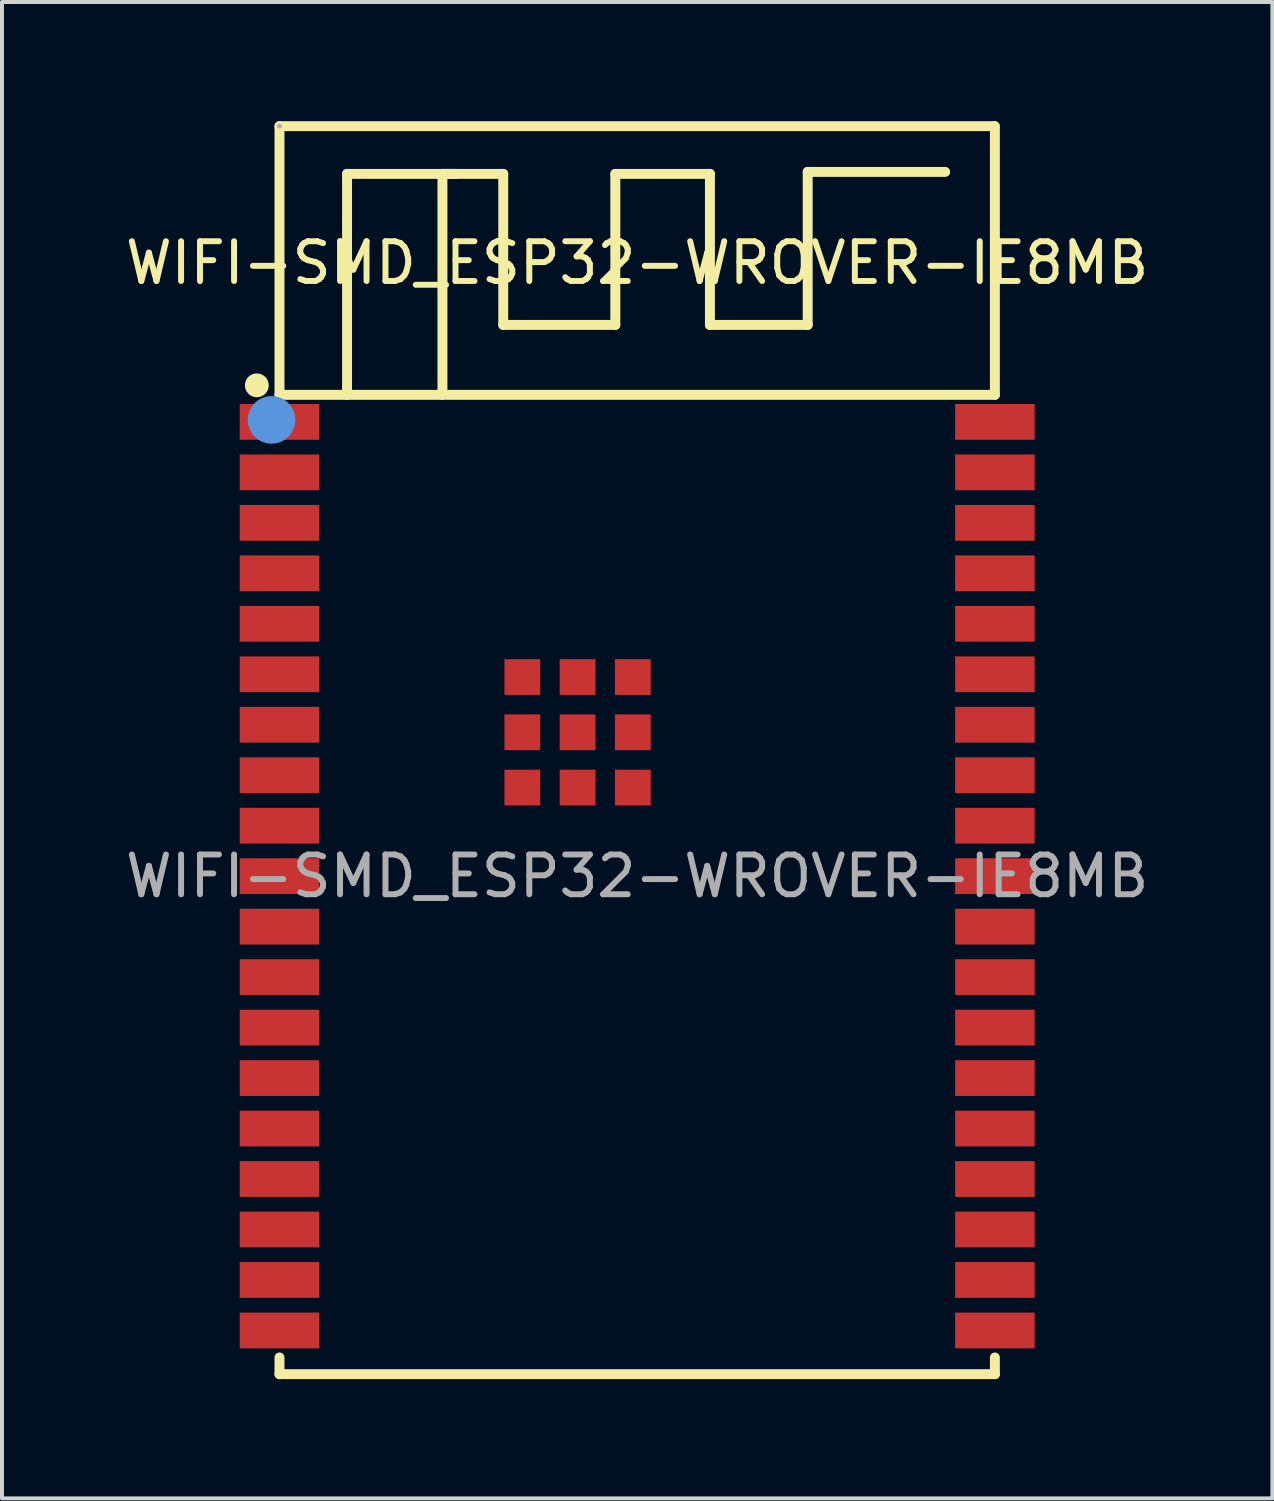
<source format=kicad_pcb>
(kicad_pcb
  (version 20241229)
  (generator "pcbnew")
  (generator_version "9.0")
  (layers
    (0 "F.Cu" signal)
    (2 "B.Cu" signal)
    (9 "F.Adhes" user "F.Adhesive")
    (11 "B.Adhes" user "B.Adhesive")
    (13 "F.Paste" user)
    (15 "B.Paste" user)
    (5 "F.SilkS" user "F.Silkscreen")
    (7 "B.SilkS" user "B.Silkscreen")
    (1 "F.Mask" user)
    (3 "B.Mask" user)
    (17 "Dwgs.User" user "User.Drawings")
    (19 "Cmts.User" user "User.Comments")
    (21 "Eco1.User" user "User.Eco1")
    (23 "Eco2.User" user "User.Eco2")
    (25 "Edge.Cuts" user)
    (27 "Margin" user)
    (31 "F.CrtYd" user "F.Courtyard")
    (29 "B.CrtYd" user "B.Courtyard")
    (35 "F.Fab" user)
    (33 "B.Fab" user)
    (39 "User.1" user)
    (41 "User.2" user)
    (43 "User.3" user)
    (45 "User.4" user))
  (footprint "WIFI-SMD_ESP32-WROVER-IE8MB"
    (layer "F.Cu")
    (at 12.982 18.995)
    (property "Reference" "WIFI-SMD_ESP32-WROVER-IE8MB" (at 0 -15.43 0) (layer "F.SilkS") (effects (font (size 1 1) (thickness 0.15))))
    (attr smd)
    (fp_line (start -9 -18.87) (end 8.99 -18.87) (stroke (width 0.25) (type solid)) (layer "F.SilkS"))
    (fp_line (start -9 -12.11) (end -9 -18.87) (stroke (width 0.25) (type solid)) (layer "F.SilkS"))
    (fp_line (start -9 -12.11) (end 9 -12.11) (stroke (width 0.25) (type solid)) (layer "F.SilkS"))
    (fp_line (start -9 12.53) (end -9 12.11) (stroke (width 0.25) (type solid)) (layer "F.SilkS"))
    (fp_line (start -8.99 12.53) (end -9 12.53) (stroke (width 0.25) (type solid)) (layer "F.SilkS"))
    (fp_line (start -7.3 -17.67) (end -3.37 -17.67) (stroke (width 0.25) (type solid)) (layer "F.SilkS"))
    (fp_line (start -7.3 -12.11) (end -7.3 -17.67) (stroke (width 0.25) (type solid)) (layer "F.SilkS"))
    (fp_line (start -4.9 -17.67) (end -4.9 -12.11) (stroke (width 0.25) (type solid)) (layer "F.SilkS"))
    (fp_line (start -4.56 -17.67) (end -4.9 -17.67) (stroke (width 0.25) (type solid)) (layer "F.SilkS"))
    (fp_line (start -3.37 -17.67) (end -3.37 -13.87) (stroke (width 0.25) (type solid)) (layer "F.SilkS"))
    (fp_line (start -3.37 -13.87) (end -0.55 -13.87) (stroke (width 0.25) (type solid)) (layer "F.SilkS"))
    (fp_line (start -0.55 -17.67) (end 1.83 -17.67) (stroke (width 0.25) (type solid)) (layer "F.SilkS"))
    (fp_line (start -0.55 -13.87) (end -0.55 -17.67) (stroke (width 0.25) (type solid)) (layer "F.SilkS"))
    (fp_line (start 1.83 -17.67) (end 1.83 -13.87) (stroke (width 0.25) (type solid)) (layer "F.SilkS"))
    (fp_line (start 1.83 -13.87) (end 4.29 -13.87) (stroke (width 0.25) (type solid)) (layer "F.SilkS"))
    (fp_line (start 4.29 -17.72) (end 7.75 -17.72) (stroke (width 0.25) (type solid)) (layer "F.SilkS"))
    (fp_line (start 4.29 -13.87) (end 4.29 -17.72) (stroke (width 0.25) (type solid)) (layer "F.SilkS"))
    (fp_line (start 9 -18.87) (end 9 -12.11) (stroke (width 0.25) (type solid)) (layer "F.SilkS"))
    (fp_line (start 9 12.11) (end 9 12.53) (stroke (width 0.25) (type solid)) (layer "F.SilkS"))
    (fp_line (start 9 12.53) (end -8.99 12.53) (stroke (width 0.25) (type solid)) (layer "F.SilkS"))
    (fp_circle (center -9.57 -12.35) (end -9.42 -12.35) (stroke (width 0.3) (type solid)) (fill no) (layer "F.SilkS"))
    (fp_circle (center -9.2 -11.48) (end -8.9 -11.48) (stroke (width 0.6) (type solid)) (fill no) (layer "Cmts.User"))
    (fp_circle (center -9 -18.87) (end -8.97 -18.87) (stroke (width 0.06) (type solid)) (fill no) (layer "F.Fab"))
    (fp_text user "${REFERENCE}" (at 0 0 0) (layer "F.Fab") (effects (font (size 1 1) (thickness 0.15))))
    (pad "1" smd rect (at -9 -11.43) (size 2 0.9) (layers "F.Cu" "F.Mask" "F.Paste"))
    (pad "2" smd rect (at -9 -10.16) (size 2 0.9) (layers "F.Cu" "F.Mask" "F.Paste"))
    (pad "3" smd rect (at -9 -8.89) (size 2 0.9) (layers "F.Cu" "F.Mask" "F.Paste"))
    (pad "4" smd rect (at -9 -7.62) (size 2 0.9) (layers "F.Cu" "F.Mask" "F.Paste"))
    (pad "5" smd rect (at -9 -6.35) (size 2 0.9) (layers "F.Cu" "F.Mask" "F.Paste"))
    (pad "6" smd rect (at -9 -5.08) (size 2 0.9) (layers "F.Cu" "F.Mask" "F.Paste"))
    (pad "7" smd rect (at -9 -3.81) (size 2 0.9) (layers "F.Cu" "F.Mask" "F.Paste"))
    (pad "8" smd rect (at -9 -2.54) (size 2 0.9) (layers "F.Cu" "F.Mask" "F.Paste"))
    (pad "9" smd rect (at -9 -1.27) (size 2 0.9) (layers "F.Cu" "F.Mask" "F.Paste"))
    (pad "10" smd rect (at -9 0) (size 2 0.9) (layers "F.Cu" "F.Mask" "F.Paste"))
    (pad "11" smd rect (at -9 1.27) (size 2 0.9) (layers "F.Cu" "F.Mask" "F.Paste"))
    (pad "12" smd rect (at -9 2.54) (size 2 0.9) (layers "F.Cu" "F.Mask" "F.Paste"))
    (pad "13" smd rect (at -9 3.81) (size 2 0.9) (layers "F.Cu" "F.Mask" "F.Paste"))
    (pad "14" smd rect (at -9 5.08) (size 2 0.9) (layers "F.Cu" "F.Mask" "F.Paste"))
    (pad "15" smd rect (at -9 6.35) (size 2 0.9) (layers "F.Cu" "F.Mask" "F.Paste"))
    (pad "16" smd rect (at -9 7.62) (size 2 0.9) (layers "F.Cu" "F.Mask" "F.Paste"))
    (pad "17" smd rect (at -9 8.89) (size 2 0.9) (layers "F.Cu" "F.Mask" "F.Paste"))
    (pad "18" smd rect (at -9 10.16) (size 2 0.9) (layers "F.Cu" "F.Mask" "F.Paste"))
    (pad "19" smd rect (at -9 11.43) (size 2 0.9) (layers "F.Cu" "F.Mask" "F.Paste"))
    (pad "20" smd rect (at 9 11.43) (size 2 0.9) (layers "F.Cu" "F.Mask" "F.Paste"))
    (pad "21" smd rect (at 9 10.16) (size 2 0.9) (layers "F.Cu" "F.Mask" "F.Paste"))
    (pad "22" smd rect (at 9 8.89) (size 2 0.9) (layers "F.Cu" "F.Mask" "F.Paste"))
    (pad "23" smd rect (at 9 7.62) (size 2 0.9) (layers "F.Cu" "F.Mask" "F.Paste"))
    (pad "24" smd rect (at 9 6.35) (size 2 0.9) (layers "F.Cu" "F.Mask" "F.Paste"))
    (pad "25" smd rect (at 9 5.08) (size 2 0.9) (layers "F.Cu" "F.Mask" "F.Paste"))
    (pad "26" smd rect (at 9 3.81) (size 2 0.9) (layers "F.Cu" "F.Mask" "F.Paste"))
    (pad "27" smd rect (at 9 2.54) (size 2 0.9) (layers "F.Cu" "F.Mask" "F.Paste"))
    (pad "28" smd rect (at 9 1.27) (size 2 0.9) (layers "F.Cu" "F.Mask" "F.Paste"))
    (pad "29" smd rect (at 9 0) (size 2 0.9) (layers "F.Cu" "F.Mask" "F.Paste"))
    (pad "30" smd rect (at 9 -1.27) (size 2 0.9) (layers "F.Cu" "F.Mask" "F.Paste"))
    (pad "31" smd rect (at 9 -2.54) (size 2 0.9) (layers "F.Cu" "F.Mask" "F.Paste"))
    (pad "32" smd rect (at 9 -3.81) (size 2 0.9) (layers "F.Cu" "F.Mask" "F.Paste"))
    (pad "33" smd rect (at 9 -5.08) (size 2 0.9) (layers "F.Cu" "F.Mask" "F.Paste"))
    (pad "34" smd rect (at 9 -6.35) (size 2 0.9) (layers "F.Cu" "F.Mask" "F.Paste"))
    (pad "35" smd rect (at 9 -7.62) (size 2 0.9) (layers "F.Cu" "F.Mask" "F.Paste"))
    (pad "36" smd rect (at 9 -8.89) (size 2 0.9) (layers "F.Cu" "F.Mask" "F.Paste"))
    (pad "37" smd rect (at 9 -10.16) (size 2 0.9) (layers "F.Cu" "F.Mask" "F.Paste"))
    (pad "38" smd rect (at 9 -11.43) (size 2 0.9) (layers "F.Cu" "F.Mask" "F.Paste"))
    (pad "39" smd rect (at -2.89 -5.01) (size 0.9 0.9) (layers "F.Cu" "F.Mask" "F.Paste"))
    (pad "39" smd rect (at -2.89 -3.62) (size 0.9 0.9) (layers "F.Cu" "F.Mask" "F.Paste"))
    (pad "39" smd rect (at -2.89 -2.23) (size 0.9 0.9) (layers "F.Cu" "F.Mask" "F.Paste"))
    (pad "39" smd rect (at -1.5 -5.01) (size 0.9 0.9) (layers "F.Cu" "F.Mask" "F.Paste"))
    (pad "39" smd rect (at -1.5 -3.62) (size 0.9 0.9) (layers "F.Cu" "F.Mask" "F.Paste"))
    (pad "39" smd rect (at -1.5 -2.23) (size 0.9 0.9) (layers "F.Cu" "F.Mask" "F.Paste"))
    (pad "39" smd rect (at -0.11 -5.01) (size 0.9 0.9) (layers "F.Cu" "F.Mask" "F.Paste"))
    (pad "39" smd rect (at -0.11 -3.62) (size 0.9 0.9) (layers "F.Cu" "F.Mask" "F.Paste"))
    (pad "39" smd rect (at -0.11 -2.23) (size 0.9 0.9) (layers "F.Cu" "F.Mask" "F.Paste")))
  (gr_rect
    (start -3 -3)
    (end 28.964 34.65)
    (stroke (width 0.1) (type default))
    (fill no)
    (layer "Edge.Cuts")))
</source>
